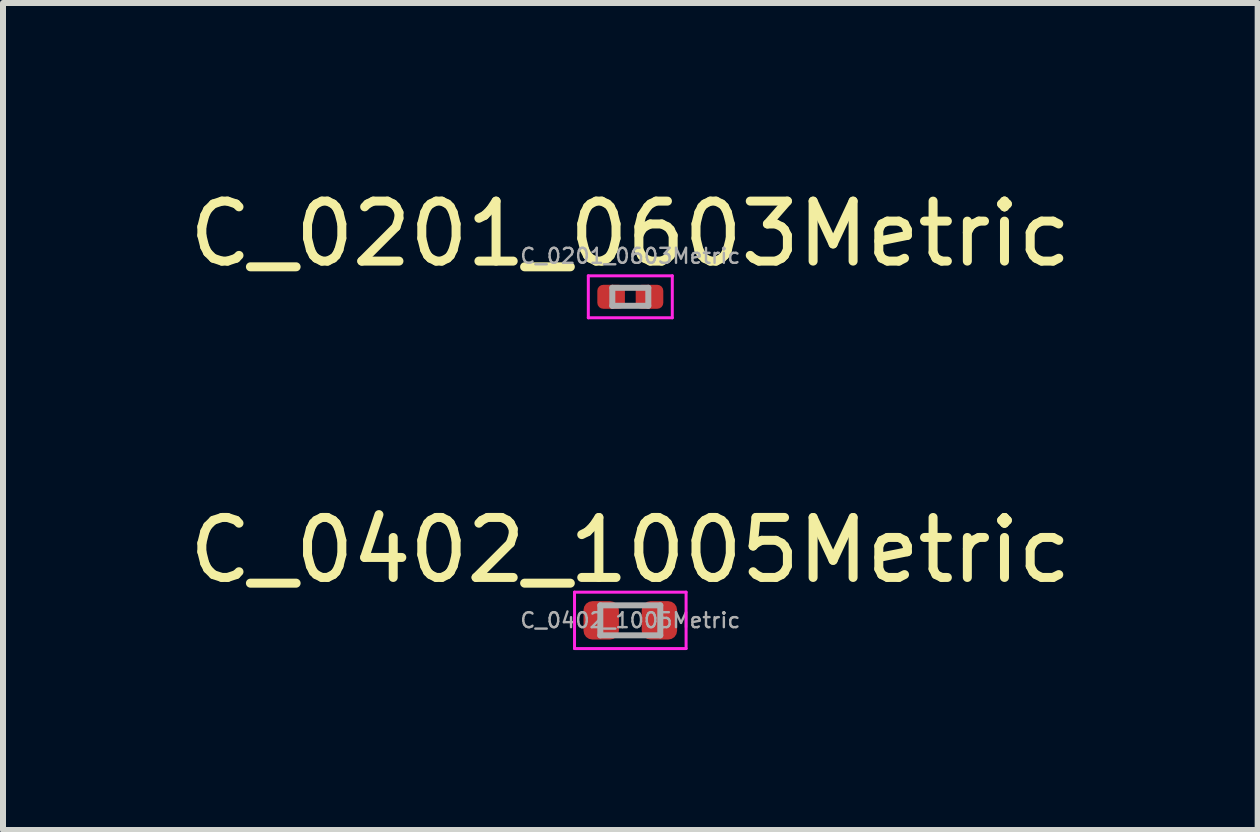
<source format=kicad_pcb>
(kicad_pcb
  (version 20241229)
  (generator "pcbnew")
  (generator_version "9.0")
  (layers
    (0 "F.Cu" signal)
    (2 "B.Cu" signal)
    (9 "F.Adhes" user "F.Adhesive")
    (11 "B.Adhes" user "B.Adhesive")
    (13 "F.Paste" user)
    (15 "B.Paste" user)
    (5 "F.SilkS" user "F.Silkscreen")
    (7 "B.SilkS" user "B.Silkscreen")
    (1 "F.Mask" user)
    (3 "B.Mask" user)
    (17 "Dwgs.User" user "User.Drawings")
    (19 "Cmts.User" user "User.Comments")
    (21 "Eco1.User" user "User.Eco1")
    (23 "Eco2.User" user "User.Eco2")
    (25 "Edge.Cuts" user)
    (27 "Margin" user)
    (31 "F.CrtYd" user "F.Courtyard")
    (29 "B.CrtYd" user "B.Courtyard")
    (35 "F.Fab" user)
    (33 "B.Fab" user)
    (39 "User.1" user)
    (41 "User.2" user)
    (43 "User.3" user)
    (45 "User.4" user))
  (footprint "C_0201_0603Metric"
    (layer "F.Cu")
    (at 7.458 1.898)
    (property "Reference" "C_0201_0603Metric" (at 0 -1.05 0) (layer "F.SilkS") (effects (font (size 1 1) (thickness 0.15))))
    (attr smd)
    (fp_line (start -0.7 -0.35) (end 0.7 -0.35) (stroke (width 0.05) (type solid)) (layer "F.CrtYd"))
    (fp_line (start -0.7 0.35) (end -0.7 -0.35) (stroke (width 0.05) (type solid)) (layer "F.CrtYd"))
    (fp_line (start 0.7 -0.35) (end 0.7 0.35) (stroke (width 0.05) (type solid)) (layer "F.CrtYd"))
    (fp_line (start 0.7 0.35) (end -0.7 0.35) (stroke (width 0.05) (type solid)) (layer "F.CrtYd"))
    (fp_line (start -0.3 -0.15) (end 0.3 -0.15) (stroke (width 0.1) (type solid)) (layer "F.Fab"))
    (fp_line (start -0.3 0.15) (end -0.3 -0.15) (stroke (width 0.1) (type solid)) (layer "F.Fab"))
    (fp_line (start 0.3 -0.15) (end 0.3 0.15) (stroke (width 0.1) (type solid)) (layer "F.Fab"))
    (fp_line (start 0.3 0.15) (end -0.3 0.15) (stroke (width 0.1) (type solid)) (layer "F.Fab"))
    (fp_text user "${REFERENCE}" (at 0 -0.68 0) (layer "F.Fab") (effects (font (size 0.25 0.25) (thickness 0.04))))
    (pad "" smd roundrect (at -0.345 0) (size 0.318 0.36) (layers "F.Paste") (roundrect_rratio 0.25))
    (pad "" smd roundrect (at 0.345 0) (size 0.318 0.36) (layers "F.Paste") (roundrect_rratio 0.25))
    (pad "1" smd roundrect (at -0.32 0) (size 0.46 0.4) (layers "F.Cu" "F.Mask") (roundrect_rratio 0.25))
    (pad "2" smd roundrect (at 0.32 0) (size 0.46 0.4) (layers "F.Cu" "F.Mask") (roundrect_rratio 0.25)))
  (footprint "C_0402_1005Metric"
    (layer "F.Cu")
    (at 7.458 7.292)
    (property "Reference" "C_0402_1005Metric" (at 0 -1.17 0) (layer "F.SilkS") (effects (font (size 1 1) (thickness 0.15))))
    (attr smd)
    (fp_line (start -0.93 -0.47) (end 0.93 -0.47) (stroke (width 0.05) (type solid)) (layer "F.CrtYd"))
    (fp_line (start -0.93 0.47) (end -0.93 -0.47) (stroke (width 0.05) (type solid)) (layer "F.CrtYd"))
    (fp_line (start 0.93 -0.47) (end 0.93 0.47) (stroke (width 0.05) (type solid)) (layer "F.CrtYd"))
    (fp_line (start 0.93 0.47) (end -0.93 0.47) (stroke (width 0.05) (type solid)) (layer "F.CrtYd"))
    (fp_line (start -0.5 -0.25) (end 0.5 -0.25) (stroke (width 0.1) (type solid)) (layer "F.Fab"))
    (fp_line (start -0.5 0.25) (end -0.5 -0.25) (stroke (width 0.1) (type solid)) (layer "F.Fab"))
    (fp_line (start 0.5 -0.25) (end 0.5 0.25) (stroke (width 0.1) (type solid)) (layer "F.Fab"))
    (fp_line (start 0.5 0.25) (end -0.5 0.25) (stroke (width 0.1) (type solid)) (layer "F.Fab"))
    (fp_text user "${REFERENCE}" (at 0 0 0) (layer "F.Fab") (effects (font (size 0.25 0.25) (thickness 0.04))))
    (pad "1" smd roundrect (at -0.485 0) (size 0.59 0.64) (layers "F.Cu" "F.Mask" "F.Paste") (roundrect_rratio 0.25))
    (pad "2" smd roundrect (at 0.485 0) (size 0.59 0.64) (layers "F.Cu" "F.Mask" "F.Paste") (roundrect_rratio 0.25)))
  (gr_rect
    (start -3 -3)
    (end 17.917 10.787)
    (stroke (width 0.1) (type default))
    (fill no)
    (layer "Edge.Cuts")))
</source>
